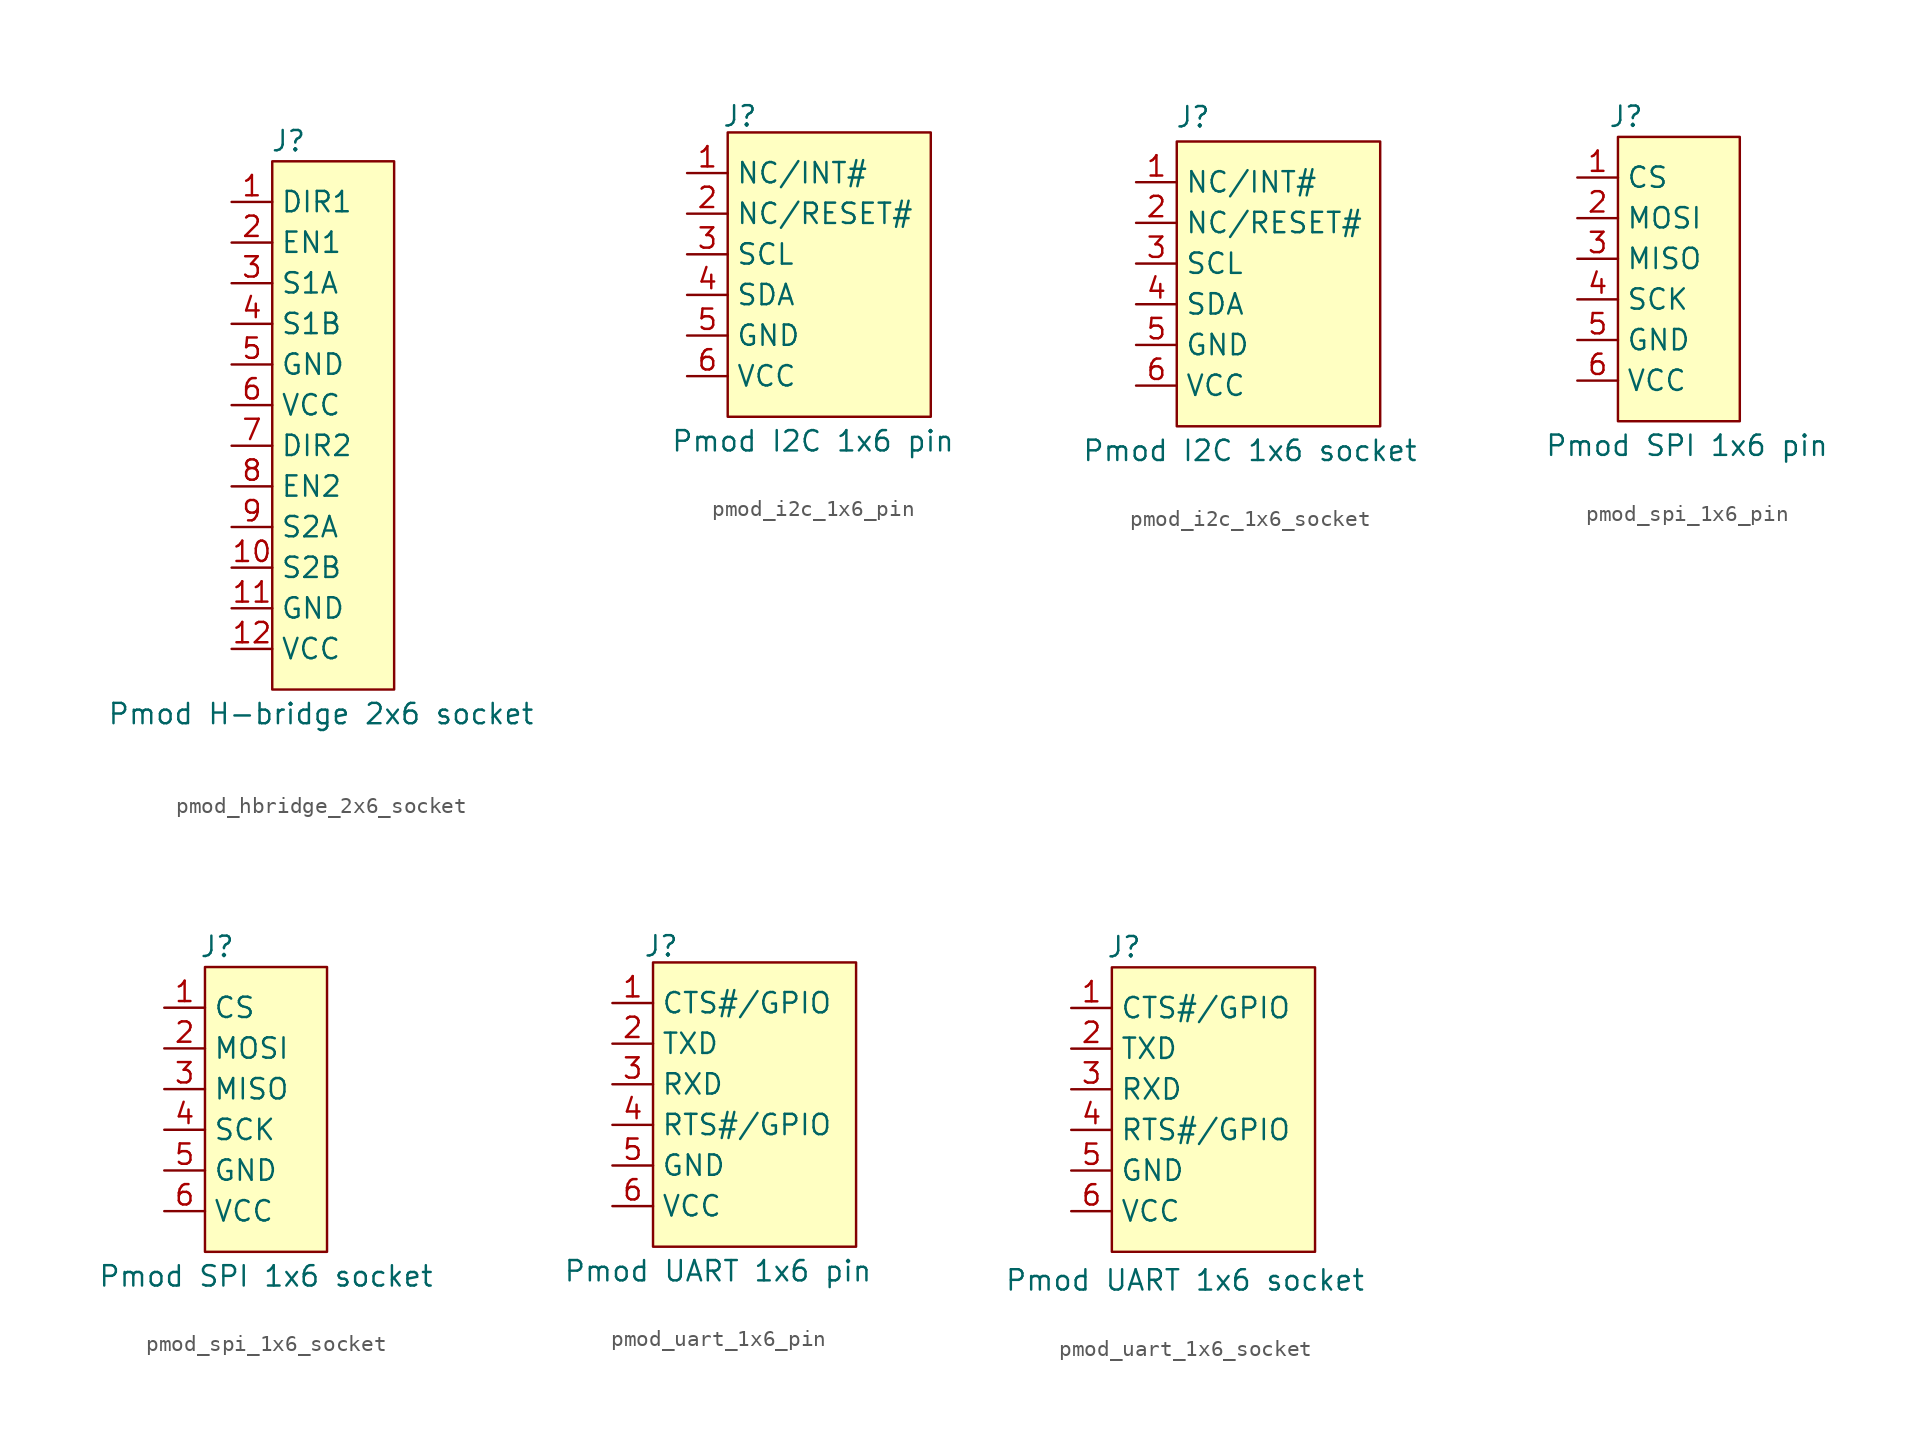
<source format=kicad_sym>
(kicad_symbol_lib
  (version 20241209)
  (generator "kicad_symbol_editor")
  (generator_version "9.0")
  (symbol "pmod_hbridge_2x6_socket"
    (property "Reference" "J"
      (at 1.016 1.27 0)
      (effects (font (size 1.27 1.27))))
    (property "Value" "Pmod H-bridge 2x6 socket"
      (at 3.048 -34.544 0)
      (effects (font (size 1.27 1.27))))
    (symbol "pmod_hbridge_2x6_socket_1_1"
      (rectangle (start 0 0) (end 7.62 -33.02) (stroke (width 0) (type solid)) (fill (type background)))
      (pin input line (at -2.54 -2.54 0) (length 2.54) (name "DIR1" (effects (font (size 1.27 1.27)))) (number "1" (effects (font (size 1.27 1.27)))))
      (pin input line (at -2.54 -5.08 0) (length 2.54) (name "EN1" (effects (font (size 1.27 1.27)))) (number "2" (effects (font (size 1.27 1.27)))))
      (pin output line (at -2.54 -7.62 0) (length 2.54) (name "S1A" (effects (font (size 1.27 1.27)))) (number "3" (effects (font (size 1.27 1.27)))))
      (pin output line (at -2.54 -10.16 0) (length 2.54) (name "S1B" (effects (font (size 1.27 1.27)))) (number "4" (effects (font (size 1.27 1.27)))))
      (pin power_in line (at -2.54 -12.7 0) (length 2.54) (name "GND" (effects (font (size 1.27 1.27)))) (number "5" (effects (font (size 1.27 1.27)))))
      (pin power_in line (at -2.54 -15.24 0) (length 2.54) (name "VCC" (effects (font (size 1.27 1.27)))) (number "6" (effects (font (size 1.27 1.27)))))
      (pin input line (at -2.54 -17.78 0) (length 2.54) (name "DIR2" (effects (font (size 1.27 1.27)))) (number "7" (effects (font (size 1.27 1.27)))))
      (pin input line (at -2.54 -20.32 0) (length 2.54) (name "EN2" (effects (font (size 1.27 1.27)))) (number "8" (effects (font (size 1.27 1.27)))))
      (pin output line (at -2.54 -22.86 0) (length 2.54) (name "S2A" (effects (font (size 1.27 1.27)))) (number "9" (effects (font (size 1.27 1.27)))))
      (pin output line (at -2.54 -25.4 0) (length 2.54) (name "S2B" (effects (font (size 1.27 1.27)))) (number "10" (effects (font (size 1.27 1.27)))))
      (pin power_in line (at -2.54 -27.94 0) (length 2.54) (name "GND" (effects (font (size 1.27 1.27)))) (number "11" (effects (font (size 1.27 1.27)))))
      (pin power_in line (at -2.54 -30.48 0) (length 2.54) (name "VCC" (effects (font (size 1.27 1.27)))) (number "12" (effects (font (size 1.27 1.27)))))))
  (symbol "pmod_i2c_1x6_pin"
    (property "Reference" "J"
      (at 0.762 1.016 0)
      (effects (font (size 1.27 1.27))))
    (property "Value" "Pmod I2C 1x6 pin"
      (at 5.334 -19.304 0)
      (effects (font (size 1.27 1.27))))
    (symbol "pmod_i2c_1x6_pin_1_1"
      (rectangle (start 0 0) (end 12.7 -17.78) (stroke (width 0) (type solid)) (fill (type background)))
      (pin input line (at -2.54 -2.54 0) (length 2.54) (name "NC/INT#" (effects (font (size 1.27 1.27)))) (number "1" (effects (font (size 1.27 1.27)))))
      (pin output line (at -2.54 -5.08 0) (length 2.54) (name "NC/RESET#" (effects (font (size 1.27 1.27)))) (number "2" (effects (font (size 1.27 1.27)))))
      (pin bidirectional line (at -2.54 -7.62 0) (length 2.54) (name "SCL" (effects (font (size 1.27 1.27)))) (number "3" (effects (font (size 1.27 1.27)))))
      (pin bidirectional line (at -2.54 -10.16 0) (length 2.54) (name "SDA" (effects (font (size 1.27 1.27)))) (number "4" (effects (font (size 1.27 1.27)))))
      (pin power_in line (at -2.54 -12.7 0) (length 2.54) (name "GND" (effects (font (size 1.27 1.27)))) (number "5" (effects (font (size 1.27 1.27)))))
      (pin power_in line (at -2.54 -15.24 0) (length 2.54) (name "VCC" (effects (font (size 1.27 1.27)))) (number "6" (effects (font (size 1.27 1.27)))))))
  (symbol "pmod_i2c_1x6_socket"
    (property "Reference" "J"
      (at 1.016 1.524 0)
      (effects (font (size 1.27 1.27))))
    (property "Value" "Pmod I2C 1x6 socket"
      (at 4.572 -19.304 0)
      (effects (font (size 1.27 1.27))))
    (symbol "pmod_i2c_1x6_socket_1_1"
      (rectangle (start 0 0) (end 12.7 -17.78) (stroke (width 0) (type solid)) (fill (type background)))
      (pin output line (at -2.54 -2.54 0) (length 2.54) (name "NC/INT#" (effects (font (size 1.27 1.27)))) (number "1" (effects (font (size 1.27 1.27)))))
      (pin input line (at -2.54 -5.08 0) (length 2.54) (name "NC/RESET#" (effects (font (size 1.27 1.27)))) (number "2" (effects (font (size 1.27 1.27)))))
      (pin bidirectional line (at -2.54 -7.62 0) (length 2.54) (name "SCL" (effects (font (size 1.27 1.27)))) (number "3" (effects (font (size 1.27 1.27)))))
      (pin bidirectional line (at -2.54 -10.16 0) (length 2.54) (name "SDA" (effects (font (size 1.27 1.27)))) (number "4" (effects (font (size 1.27 1.27)))))
      (pin power_in line (at -2.54 -12.7 0) (length 2.54) (name "GND" (effects (font (size 1.27 1.27)))) (number "5" (effects (font (size 1.27 1.27)))))
      (pin power_in line (at -2.54 -15.24 0) (length 2.54) (name "VCC" (effects (font (size 1.27 1.27)))) (number "6" (effects (font (size 1.27 1.27)))))))
  (symbol "pmod_spi_1x6_pin"
    (property "Reference" "J"
      (at 0.508 1.27 0)
      (effects (font (size 1.27 1.27))))
    (property "Value" "Pmod SPI 1x6 pin"
      (at 4.318 -19.304 0)
      (effects (font (size 1.27 1.27))))
    (symbol "pmod_spi_1x6_pin_1_1"
      (rectangle (start 0 0) (end 7.62 -17.78) (stroke (width 0) (type solid)) (fill (type background)))
      (pin output line (at -2.54 -2.54 0) (length 2.54) (name "CS" (effects (font (size 1.27 1.27)))) (number "1" (effects (font (size 1.27 1.27)))))
      (pin output line (at -2.54 -5.08 0) (length 2.54) (name "MOSI" (effects (font (size 1.27 1.27)))) (number "2" (effects (font (size 1.27 1.27)))))
      (pin input line (at -2.54 -7.62 0) (length 2.54) (name "MISO" (effects (font (size 1.27 1.27)))) (number "3" (effects (font (size 1.27 1.27)))))
      (pin output line (at -2.54 -10.16 0) (length 2.54) (name "SCK" (effects (font (size 1.27 1.27)))) (number "4" (effects (font (size 1.27 1.27)))))
      (pin power_in line (at -2.54 -12.7 0) (length 2.54) (name "GND" (effects (font (size 1.27 1.27)))) (number "5" (effects (font (size 1.27 1.27)))))
      (pin power_in line (at -2.54 -15.24 0) (length 2.54) (name "VCC" (effects (font (size 1.27 1.27)))) (number "6" (effects (font (size 1.27 1.27)))))))
  (symbol "pmod_spi_1x6_socket"
    (property "Reference" "J"
      (at 0.762 1.27 0)
      (effects (font (size 1.27 1.27))))
    (property "Value" "Pmod SPI 1x6 socket"
      (at 3.81 -19.304 0)
      (effects (font (size 1.27 1.27))))
    (symbol "pmod_spi_1x6_socket_1_1"
      (rectangle (start 0 0) (end 7.62 -17.78) (stroke (width 0) (type solid)) (fill (type background)))
      (pin input line (at -2.54 -2.54 0) (length 2.54) (name "CS" (effects (font (size 1.27 1.27)))) (number "1" (effects (font (size 1.27 1.27)))))
      (pin input line (at -2.54 -5.08 0) (length 2.54) (name "MOSI" (effects (font (size 1.27 1.27)))) (number "2" (effects (font (size 1.27 1.27)))))
      (pin output line (at -2.54 -7.62 0) (length 2.54) (name "MISO" (effects (font (size 1.27 1.27)))) (number "3" (effects (font (size 1.27 1.27)))))
      (pin input line (at -2.54 -10.16 0) (length 2.54) (name "SCK" (effects (font (size 1.27 1.27)))) (number "4" (effects (font (size 1.27 1.27)))))
      (pin power_in line (at -2.54 -12.7 0) (length 2.54) (name "GND" (effects (font (size 1.27 1.27)))) (number "5" (effects (font (size 1.27 1.27)))))
      (pin power_in line (at -2.54 -15.24 0) (length 2.54) (name "VCC" (effects (font (size 1.27 1.27)))) (number "6" (effects (font (size 1.27 1.27)))))))
  (symbol "pmod_uart_1x6_pin"
    (property "Reference" "J"
      (at 0.508 1.016 0)
      (effects (font (size 1.27 1.27))))
    (property "Value" "Pmod UART 1x6 pin"
      (at 4.064 -19.304 0)
      (effects (font (size 1.27 1.27))))
    (symbol "pmod_uart_1x6_pin_1_1"
      (rectangle (start 0 0) (end 12.7 -17.78) (stroke (width 0) (type solid)) (fill (type background)))
      (pin bidirectional line (at -2.54 -2.54 0) (length 2.54) (name "CTS#/GPIO" (effects (font (size 1.27 1.27)))) (number "1" (effects (font (size 1.27 1.27)))))
      (pin output line (at -2.54 -5.08 0) (length 2.54) (name "TXD" (effects (font (size 1.27 1.27)))) (number "2" (effects (font (size 1.27 1.27)))))
      (pin input line (at -2.54 -7.62 0) (length 2.54) (name "RXD" (effects (font (size 1.27 1.27)))) (number "3" (effects (font (size 1.27 1.27)))))
      (pin bidirectional line (at -2.54 -10.16 0) (length 2.54) (name "RTS#/GPIO" (effects (font (size 1.27 1.27)))) (number "4" (effects (font (size 1.27 1.27)))))
      (pin power_in line (at -2.54 -12.7 0) (length 2.54) (name "GND" (effects (font (size 1.27 1.27)))) (number "5" (effects (font (size 1.27 1.27)))))
      (pin power_in line (at -2.54 -15.24 0) (length 2.54) (name "VCC" (effects (font (size 1.27 1.27)))) (number "6" (effects (font (size 1.27 1.27)))))))
  (symbol "pmod_uart_1x6_socket"
    (property "Reference" "J"
      (at 0.762 1.27 0)
      (effects (font (size 1.27 1.27))))
    (property "Value" "Pmod UART 1x6 socket"
      (at 4.572 -19.558 0)
      (effects (font (size 1.27 1.27))))
    (symbol "pmod_uart_1x6_socket_1_1"
      (rectangle (start 0 0) (end 12.7 -17.78) (stroke (width 0) (type solid)) (fill (type background)))
      (pin bidirectional line (at -2.54 -2.54 0) (length 2.54) (name "CTS#/GPIO" (effects (font (size 1.27 1.27)))) (number "1" (effects (font (size 1.27 1.27)))))
      (pin input line (at -2.54 -5.08 0) (length 2.54) (name "TXD" (effects (font (size 1.27 1.27)))) (number "2" (effects (font (size 1.27 1.27)))))
      (pin output line (at -2.54 -7.62 0) (length 2.54) (name "RXD" (effects (font (size 1.27 1.27)))) (number "3" (effects (font (size 1.27 1.27)))))
      (pin bidirectional line (at -2.54 -10.16 0) (length 2.54) (name "RTS#/GPIO" (effects (font (size 1.27 1.27)))) (number "4" (effects (font (size 1.27 1.27)))))
      (pin power_in line (at -2.54 -12.7 0) (length 2.54) (name "GND" (effects (font (size 1.27 1.27)))) (number "5" (effects (font (size 1.27 1.27)))))
      (pin power_in line (at -2.54 -15.24 0) (length 2.54) (name "VCC" (effects (font (size 1.27 1.27)))) (number "6" (effects (font (size 1.27 1.27))))))))
</source>
